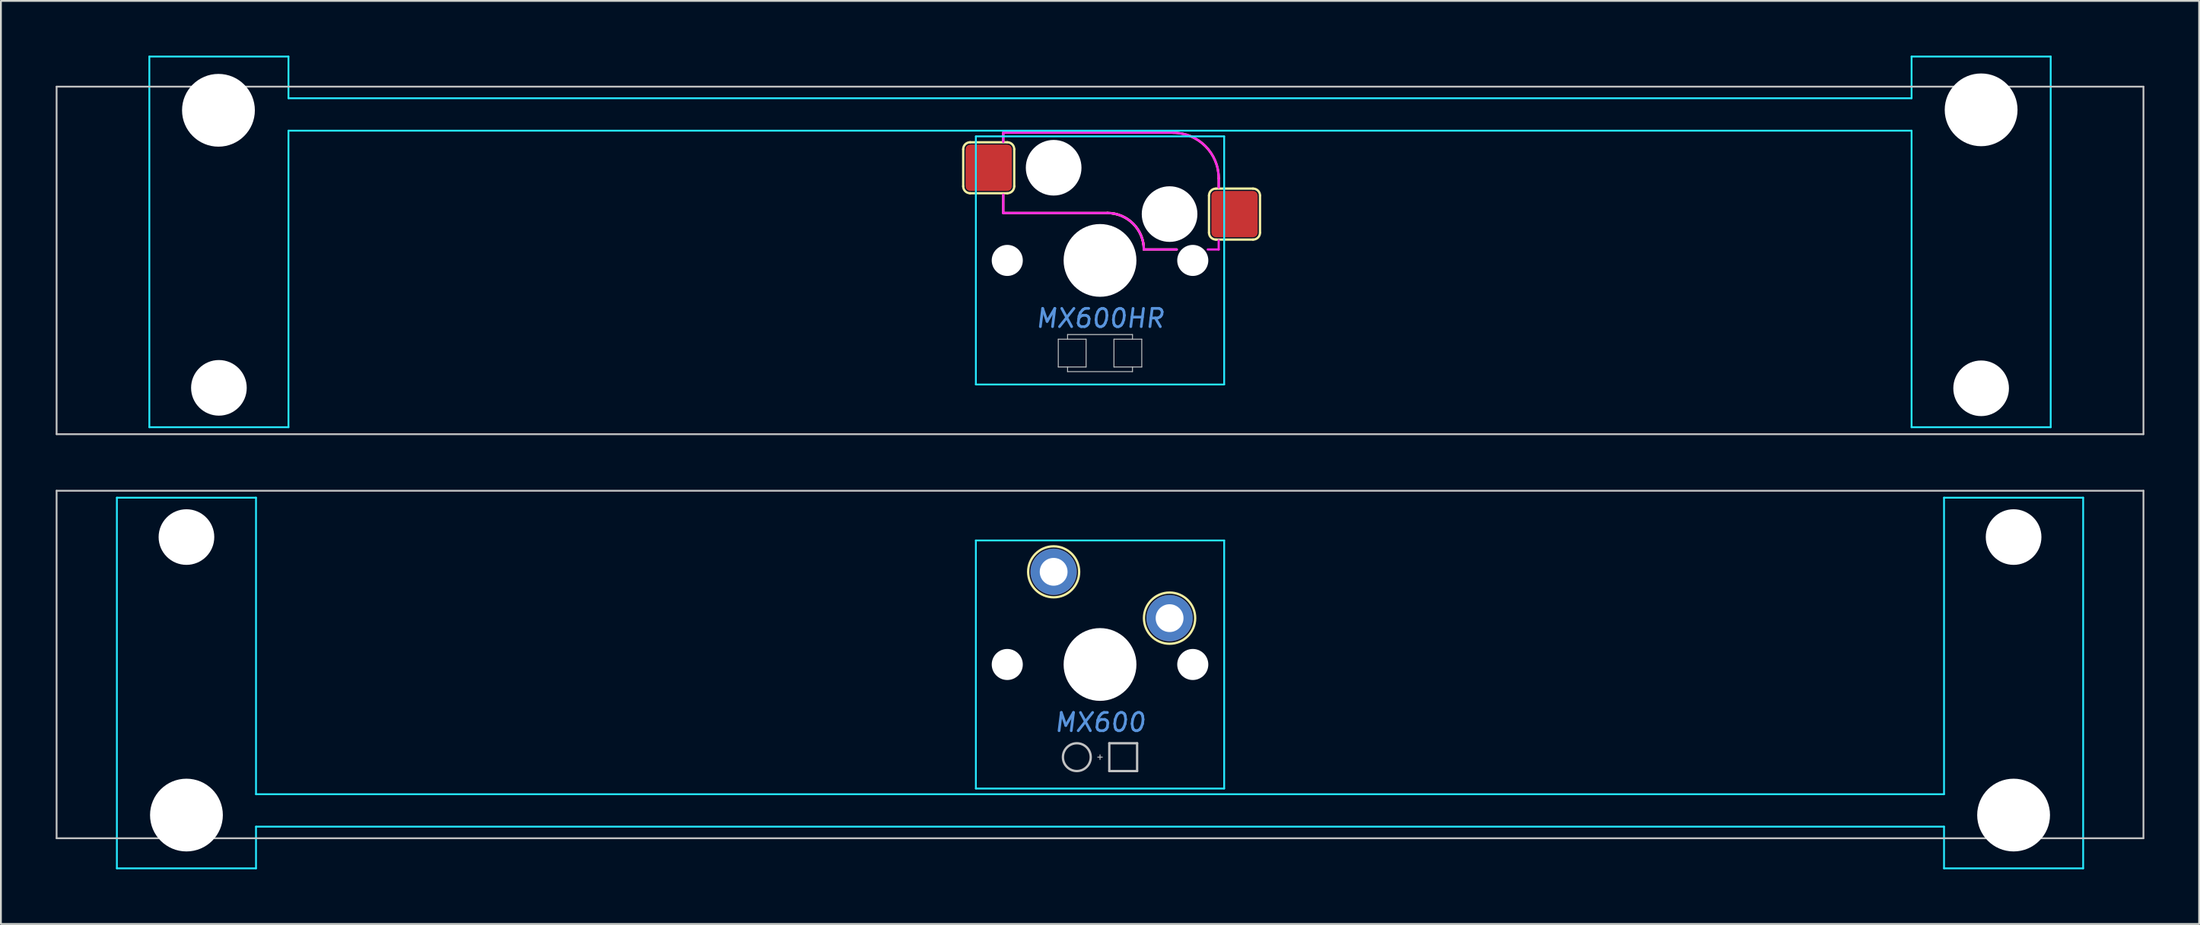
<source format=kicad_pcb>
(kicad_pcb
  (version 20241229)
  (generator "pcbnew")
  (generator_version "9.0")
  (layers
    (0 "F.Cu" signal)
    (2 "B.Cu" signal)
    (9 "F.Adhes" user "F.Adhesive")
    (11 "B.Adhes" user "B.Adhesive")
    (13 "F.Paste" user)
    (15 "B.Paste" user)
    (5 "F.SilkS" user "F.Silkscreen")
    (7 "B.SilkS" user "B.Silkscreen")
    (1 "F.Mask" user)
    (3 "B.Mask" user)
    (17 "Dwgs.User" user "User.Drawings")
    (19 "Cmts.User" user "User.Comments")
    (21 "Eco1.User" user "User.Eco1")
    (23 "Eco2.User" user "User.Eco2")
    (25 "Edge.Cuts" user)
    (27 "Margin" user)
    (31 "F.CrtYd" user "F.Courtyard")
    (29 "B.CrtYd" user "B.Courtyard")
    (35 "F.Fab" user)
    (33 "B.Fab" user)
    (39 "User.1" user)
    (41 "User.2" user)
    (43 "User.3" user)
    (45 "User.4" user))
  (footprint "MX600"
    (layer "F.Cu")
    (at 57.2 33.376)
    (property "Reference" "MX600" (at 0 3.175 0) (layer "Cmts.User") (effects (font (size 1 1) (thickness 0.15) (italic yes))))
    (attr through_hole)
    (fp_circle (center -2.54 -5.08) (end -1.143 -5.08) (stroke (width 0.127) (type solid)) (fill no) (layer "F.SilkS"))
    (fp_circle (center 3.81 -2.54) (end 5.207 -2.413) (stroke (width 0.127) (type solid)) (fill no) (layer "F.SilkS"))
    (fp_line (start -57.15 -9.525) (end -57.15 9.525) (stroke (width 0.1) (type solid)) (layer "Dwgs.User"))
    (fp_line (start -57.15 -9.525) (end 57.15 -9.525) (stroke (width 0.1) (type solid)) (layer "Dwgs.User"))
    (fp_line (start -57.15 9.525) (end 57.15 9.525) (stroke (width 0.1) (type solid)) (layer "Dwgs.User"))
    (fp_line (start -0.127 5.08) (end 0.127 5.08) (stroke (width 0.051) (type solid)) (layer "Dwgs.User"))
    (fp_line (start 0 5.207) (end 0 4.953) (stroke (width 0.051) (type solid)) (layer "Dwgs.User"))
    (fp_line (start 0.508 4.318) (end 0.508 5.842) (stroke (width 0.127) (type solid)) (layer "Dwgs.User"))
    (fp_line (start 0.508 4.318) (end 2.032 4.318) (stroke (width 0.127) (type solid)) (layer "Dwgs.User"))
    (fp_line (start 0.508 5.842) (end 2.032 5.842) (stroke (width 0.127) (type solid)) (layer "Dwgs.User"))
    (fp_line (start 2.032 5.842) (end 2.032 4.318) (stroke (width 0.127) (type solid)) (layer "Dwgs.User"))
    (fp_line (start 57.15 -9.525) (end 57.15 9.525) (stroke (width 0.1) (type solid)) (layer "Dwgs.User"))
    (fp_circle (center -1.27 5.08) (end -0.508 5.08) (stroke (width 0.127) (type solid)) (fill no) (layer "Dwgs.User"))
    (fp_line (start -53.848 -9.144) (end -53.848 11.176) (stroke (width 0.1) (type solid)) (layer "B.CrtYd"))
    (fp_line (start -53.848 -9.144) (end -46.228 -9.144) (stroke (width 0.1) (type solid)) (layer "B.CrtYd"))
    (fp_line (start -53.848 11.176) (end -46.228 11.176) (stroke (width 0.1) (type solid)) (layer "B.CrtYd"))
    (fp_line (start -46.228 7.112) (end -46.228 -9.144) (stroke (width 0.1) (type solid)) (layer "B.CrtYd"))
    (fp_line (start -46.228 7.112) (end 46.228 7.112) (stroke (width 0.1) (type solid)) (layer "B.CrtYd"))
    (fp_line (start -46.228 8.89) (end -46.228 11.176) (stroke (width 0.1) (type solid)) (layer "B.CrtYd"))
    (fp_line (start -46.228 8.89) (end 46.228 8.89) (stroke (width 0.1) (type solid)) (layer "B.CrtYd"))
    (fp_line (start -6.8 -6.8) (end -6.8 6.8) (stroke (width 0.1) (type solid)) (layer "B.CrtYd"))
    (fp_line (start -6.8 -6.8) (end 6.8 -6.8) (stroke (width 0.1) (type solid)) (layer "B.CrtYd"))
    (fp_line (start -6.8 6.8) (end 6.8 6.8) (stroke (width 0.1) (type solid)) (layer "B.CrtYd"))
    (fp_line (start 6.8 6.8) (end 6.8 -6.8) (stroke (width 0.1) (type solid)) (layer "B.CrtYd"))
    (fp_line (start 46.228 -9.144) (end 53.848 -9.144) (stroke (width 0.1) (type solid)) (layer "B.CrtYd"))
    (fp_line (start 46.228 7.112) (end 46.228 -9.144) (stroke (width 0.1) (type solid)) (layer "B.CrtYd"))
    (fp_line (start 46.228 8.89) (end 46.228 11.176) (stroke (width 0.1) (type solid)) (layer "B.CrtYd"))
    (fp_line (start 46.228 11.176) (end 53.848 11.176) (stroke (width 0.1) (type solid)) (layer "B.CrtYd"))
    (fp_line (start 53.848 -9.144) (end 53.848 11.176) (stroke (width 0.1) (type solid)) (layer "B.CrtYd"))
    (pad "" np_thru_hole circle (at -50.038 -6.985 180) (size 3.048 3.048) (drill 3.048) (layers "*.Cu" "*.Mask"))
    (pad "" np_thru_hole circle (at -50.038 8.255 180) (size 3.988 3.988) (drill 3.988) (layers "*.Cu" "*.Mask"))
    (pad "" np_thru_hole circle (at -5.08 0) (size 1.702 1.702) (drill 1.702) (layers "*.Cu" "*.Mask"))
    (pad "" np_thru_hole circle (at 0 0) (size 3.988 3.988) (drill 3.988) (layers "*.Cu" "*.Mask"))
    (pad "" np_thru_hole circle (at 5.08 0) (size 1.702 1.702) (drill 1.702) (layers "*.Cu" "*.Mask"))
    (pad "" np_thru_hole circle (at 50.038 -6.985 180) (size 3.048 3.048) (drill 3.048) (layers "*.Cu" "*.Mask"))
    (pad "" np_thru_hole circle (at 50.038 8.255 180) (size 3.988 3.988) (drill 3.988) (layers "*.Cu" "*.Mask"))
    (pad "1" thru_hole circle (at -2.54 -5.08) (size 2.54 2.54) (drill 1.524) (layers "*.Cu" "*.Mask"))
    (pad "2" thru_hole circle (at 3.81 -2.54) (size 2.54 2.54) (drill 1.524) (layers "*.Cu" "*.Mask")))
  (footprint "MX600HR"
    (layer "F.Cu")
    (at 57.2 11.226)
    (property "Reference" "MX600HR" (at 0 3.175 0) (layer "Cmts.User") (effects (font (size 1 1) (thickness 0.15) (italic yes))))
    (attr through_hole)
    (fp_line (start -7.493 -6.096) (end -7.493 -4.064) (stroke (width 0.127) (type solid)) (layer "F.SilkS"))
    (fp_line (start -7.112 -3.683) (end -5.08 -3.683) (stroke (width 0.127) (type solid)) (layer "F.SilkS"))
    (fp_line (start -5.3 -7) (end -5.3 -6.5) (stroke (width 0.127) (type solid)) (layer "F.SilkS"))
    (fp_line (start -5.3 -3.6) (end -5.3 -2.6) (stroke (width 0.127) (type solid)) (layer "F.SilkS"))
    (fp_line (start -5.08 -6.477) (end -7.112 -6.477) (stroke (width 0.127) (type solid)) (layer "F.SilkS"))
    (fp_line (start -4.699 -4.064) (end -4.699 -6.096) (stroke (width 0.127) (type solid)) (layer "F.SilkS"))
    (fp_line (start 0.4 -2.6) (end -5.3 -2.6) (stroke (width 0.127) (type solid)) (layer "F.SilkS"))
    (fp_line (start 4 -7) (end -5.3 -7) (stroke (width 0.12) (type solid)) (layer "F.SilkS"))
    (fp_line (start 4.2 -0.6) (end 2.4 -0.6) (stroke (width 0.127) (type solid)) (layer "F.SilkS"))
    (fp_line (start 5.969 -3.556) (end 5.969 -1.524) (stroke (width 0.127) (type solid)) (layer "F.SilkS"))
    (fp_line (start 6.35 -1.143) (end 8.382 -1.143) (stroke (width 0.127) (type solid)) (layer "F.SilkS"))
    (fp_line (start 6.5 -4.5) (end 6.5 -4) (stroke (width 0.12) (type solid)) (layer "F.SilkS"))
    (fp_line (start 8.382 -3.937) (end 6.35 -3.937) (stroke (width 0.127) (type solid)) (layer "F.SilkS"))
    (fp_line (start 8.763 -1.524) (end 8.763 -3.556) (stroke (width 0.127) (type solid)) (layer "F.SilkS"))
    (fp_arc (start -7.493 -6.096) (mid -7.381408 -6.365408) (end -7.112 -6.477) (stroke (width 0.127) (type solid)) (layer "F.SilkS"))
    (fp_arc (start -7.112 -3.683) (mid -7.381408 -3.794592) (end -7.493 -4.064) (stroke (width 0.127) (type solid)) (layer "F.SilkS"))
    (fp_arc (start -5.08 -6.477) (mid -4.810592 -6.365408) (end -4.699 -6.096) (stroke (width 0.127) (type solid)) (layer "F.SilkS"))
    (fp_arc (start -4.699 -4.064) (mid -4.810592 -3.794592) (end -5.08 -3.683) (stroke (width 0.127) (type solid)) (layer "F.SilkS"))
    (fp_arc (start 0.4 -2.6) (mid 1.814214 -2.014214) (end 2.4 -0.6) (stroke (width 0.127) (type solid)) (layer "F.SilkS"))
    (fp_arc (start 0.4 -2.6) (mid 1.814214 -2.014214) (end 2.4 -0.6) (stroke (width 0.127) (type solid)) (layer "F.SilkS"))
    (fp_arc (start 4 -7) (mid 5.767767 -6.267767) (end 6.5 -4.5) (stroke (width 0.127) (type solid)) (layer "F.SilkS"))
    (fp_arc (start 5.969 -3.556) (mid 6.080592 -3.825408) (end 6.35 -3.937) (stroke (width 0.127) (type solid)) (layer "F.SilkS"))
    (fp_arc (start 6.35 -1.143) (mid 6.080592 -1.254592) (end 5.969 -1.524) (stroke (width 0.127) (type solid)) (layer "F.SilkS"))
    (fp_arc (start 8.382 -3.937) (mid 8.651408 -3.825408) (end 8.763 -3.556) (stroke (width 0.127) (type solid)) (layer "F.SilkS"))
    (fp_arc (start 8.763 -1.524) (mid 8.651408 -1.254592) (end 8.382 -1.143) (stroke (width 0.127) (type solid)) (layer "F.SilkS"))
    (fp_line (start -57.15 -9.525) (end -57.15 9.525) (stroke (width 0.1) (type solid)) (layer "Dwgs.User"))
    (fp_line (start -57.15 -9.525) (end 57.15 -9.525) (stroke (width 0.1) (type solid)) (layer "Dwgs.User"))
    (fp_line (start -57.15 9.525) (end 57.15 9.525) (stroke (width 0.1) (type solid)) (layer "Dwgs.User"))
    (fp_line (start -2.286 4.318) (end -0.762 4.318) (stroke (width 0.051) (type solid)) (layer "Dwgs.User"))
    (fp_line (start -2.286 5.842) (end -2.286 4.318) (stroke (width 0.051) (type solid)) (layer "Dwgs.User"))
    (fp_line (start -1.778 4.064) (end 1.778 4.064) (stroke (width 0.051) (type solid)) (layer "Dwgs.User"))
    (fp_line (start -1.778 4.318) (end -1.778 4.064) (stroke (width 0.051) (type solid)) (layer "Dwgs.User"))
    (fp_line (start -1.778 6.096) (end -1.778 5.842) (stroke (width 0.051) (type solid)) (layer "Dwgs.User"))
    (fp_line (start -0.762 4.318) (end -0.762 5.842) (stroke (width 0.051) (type solid)) (layer "Dwgs.User"))
    (fp_line (start -0.762 5.842) (end -2.286 5.842) (stroke (width 0.051) (type solid)) (layer "Dwgs.User"))
    (fp_line (start 0.762 4.318) (end 2.286 4.318) (stroke (width 0.051) (type solid)) (layer "Dwgs.User"))
    (fp_line (start 0.762 5.842) (end 0.762 4.318) (stroke (width 0.051) (type solid)) (layer "Dwgs.User"))
    (fp_line (start 1.778 4.064) (end 1.778 4.318) (stroke (width 0.051) (type solid)) (layer "Dwgs.User"))
    (fp_line (start 1.778 5.842) (end 1.778 6.096) (stroke (width 0.051) (type solid)) (layer "Dwgs.User"))
    (fp_line (start 1.778 6.096) (end -1.778 6.096) (stroke (width 0.051) (type solid)) (layer "Dwgs.User"))
    (fp_line (start 2.286 4.318) (end 2.286 5.842) (stroke (width 0.051) (type solid)) (layer "Dwgs.User"))
    (fp_line (start 2.286 5.842) (end 0.762 5.842) (stroke (width 0.051) (type solid)) (layer "Dwgs.User"))
    (fp_line (start 57.15 -9.525) (end 57.15 9.525) (stroke (width 0.1) (type solid)) (layer "Dwgs.User"))
    (fp_line (start -52.07 -11.176) (end -44.45 -11.176) (stroke (width 0.1) (type solid)) (layer "B.CrtYd"))
    (fp_line (start -52.07 9.144) (end -52.07 -11.176) (stroke (width 0.1) (type solid)) (layer "B.CrtYd"))
    (fp_line (start -52.07 9.144) (end -44.45 9.144) (stroke (width 0.1) (type solid)) (layer "B.CrtYd"))
    (fp_line (start -44.45 -8.89) (end -44.45 -11.176) (stroke (width 0.1) (type solid)) (layer "B.CrtYd"))
    (fp_line (start -44.45 -7.112) (end -44.45 9.144) (stroke (width 0.1) (type solid)) (layer "B.CrtYd"))
    (fp_line (start -6.8 -6.8) (end -6.8 6.8) (stroke (width 0.1) (type solid)) (layer "B.CrtYd"))
    (fp_line (start 6.8 -6.8) (end -6.8 -6.8) (stroke (width 0.1) (type solid)) (layer "B.CrtYd"))
    (fp_line (start 6.8 -6.8) (end 6.8 6.8) (stroke (width 0.1) (type solid)) (layer "B.CrtYd"))
    (fp_line (start 6.8 6.8) (end -6.8 6.8) (stroke (width 0.1) (type solid)) (layer "B.CrtYd"))
    (fp_line (start 44.45 -8.89) (end -44.45 -8.89) (stroke (width 0.1) (type solid)) (layer "B.CrtYd"))
    (fp_line (start 44.45 -8.89) (end 44.45 -11.176) (stroke (width 0.1) (type solid)) (layer "B.CrtYd"))
    (fp_line (start 44.45 -7.112) (end -44.45 -7.112) (stroke (width 0.1) (type solid)) (layer "B.CrtYd"))
    (fp_line (start 44.45 -7.112) (end 44.45 9.144) (stroke (width 0.1) (type solid)) (layer "B.CrtYd"))
    (fp_line (start 52.07 -11.176) (end 44.45 -11.176) (stroke (width 0.1) (type solid)) (layer "B.CrtYd"))
    (fp_line (start 52.07 9.144) (end 44.45 9.144) (stroke (width 0.1) (type solid)) (layer "B.CrtYd"))
    (fp_line (start 52.07 9.144) (end 52.07 -11.176) (stroke (width 0.1) (type solid)) (layer "B.CrtYd"))
    (fp_line (start -5.3 -7) (end -5.3 -6.5) (stroke (width 0.127) (type solid)) (layer "F.CrtYd"))
    (fp_line (start -5.3 -3.6) (end -5.3 -2.6) (stroke (width 0.127) (type solid)) (layer "F.CrtYd"))
    (fp_line (start -5.2 -7) (end -5.3 -7) (stroke (width 0.12) (type solid)) (layer "F.CrtYd"))
    (fp_line (start 0.4 -2.6) (end -5.3 -2.6) (stroke (width 0.127) (type solid)) (layer "F.CrtYd"))
    (fp_line (start 4 -7) (end -5.2 -7) (stroke (width 0.12) (type solid)) (layer "F.CrtYd"))
    (fp_line (start 4.2 -0.6) (end 2.4 -0.6) (stroke (width 0.127) (type solid)) (layer "F.CrtYd"))
    (fp_line (start 6.5 -4.5) (end 6.5 -4) (stroke (width 0.127) (type solid)) (layer "F.CrtYd"))
    (fp_line (start 6.5 -1.1) (end 6.5 -0.6) (stroke (width 0.12) (type solid)) (layer "F.CrtYd"))
    (fp_line (start 6.5 -0.6) (end 5.9 -0.6) (stroke (width 0.12) (type solid)) (layer "F.CrtYd"))
    (fp_arc (start 0.4 -2.6) (mid 1.814214 -2.014214) (end 2.4 -0.6) (stroke (width 0.127) (type solid)) (layer "F.CrtYd"))
    (fp_arc (start 4 -7) (mid 5.767767 -6.267767) (end 6.5 -4.5) (stroke (width 0.127) (type solid)) (layer "F.CrtYd"))
    (pad "" np_thru_hole circle (at -48.285 -8.23 180) (size 3.988 3.988) (drill 3.988) (layers "*.Cu" "*.Mask"))
    (pad "" np_thru_hole circle (at -48.26 6.985 180) (size 3.048 3.048) (drill 3.048) (layers "*.Cu" "*.Mask"))
    (pad "" np_thru_hole circle (at -5.08 0) (size 1.702 1.702) (drill 1.702) (layers "*.Cu" "*.Mask"))
    (pad "" np_thru_hole circle (at -2.54 -5.08) (size 3.048 3.048) (drill 3.048) (layers "*.Cu" "*.Mask"))
    (pad "" np_thru_hole circle (at 0 0) (size 3.988 3.988) (drill 3.988) (layers "*.Cu" "*.Mask"))
    (pad "" np_thru_hole circle (at 3.81 -2.54) (size 3.048 3.048) (drill 3.048) (layers "*.Cu" "*.Mask"))
    (pad "" np_thru_hole circle (at 5.08 0) (size 1.702 1.702) (drill 1.702) (layers "*.Cu" "*.Mask"))
    (pad "" np_thru_hole circle (at 48.26 -8.255 180) (size 3.988 3.988) (drill 3.988) (layers "*.Cu" "*.Mask"))
    (pad "" np_thru_hole circle (at 48.26 7.01 180) (size 3.048 3.048) (drill 3.048) (layers "*.Cu" "*.Mask"))
    (pad "1" smd roundrect (at -6.096 -5.08) (size 2.54 2.54) (layers "F.Cu" "F.Mask") (roundrect_rratio 0.1))
    (pad "2" smd roundrect (at 7.366 -2.54) (size 2.54 2.54) (layers "F.Cu" "F.Mask") (roundrect_rratio 0.1)))
  (gr_rect
    (start -3 -3)
    (end 117.4 47.602)
    (stroke (width 0.1) (type default))
    (fill no)
    (layer "Edge.Cuts")))
</source>
